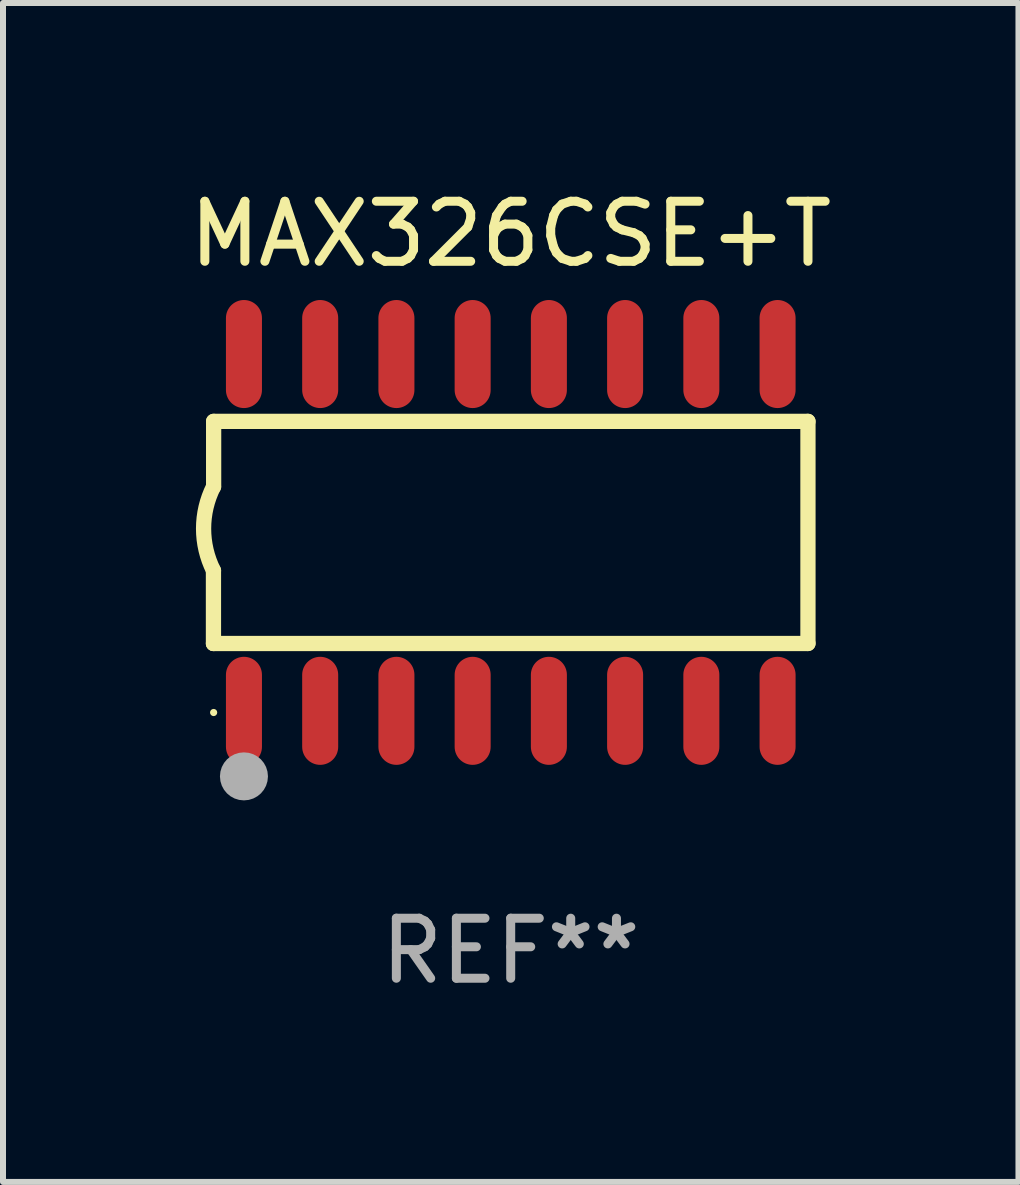
<source format=kicad_pcb>
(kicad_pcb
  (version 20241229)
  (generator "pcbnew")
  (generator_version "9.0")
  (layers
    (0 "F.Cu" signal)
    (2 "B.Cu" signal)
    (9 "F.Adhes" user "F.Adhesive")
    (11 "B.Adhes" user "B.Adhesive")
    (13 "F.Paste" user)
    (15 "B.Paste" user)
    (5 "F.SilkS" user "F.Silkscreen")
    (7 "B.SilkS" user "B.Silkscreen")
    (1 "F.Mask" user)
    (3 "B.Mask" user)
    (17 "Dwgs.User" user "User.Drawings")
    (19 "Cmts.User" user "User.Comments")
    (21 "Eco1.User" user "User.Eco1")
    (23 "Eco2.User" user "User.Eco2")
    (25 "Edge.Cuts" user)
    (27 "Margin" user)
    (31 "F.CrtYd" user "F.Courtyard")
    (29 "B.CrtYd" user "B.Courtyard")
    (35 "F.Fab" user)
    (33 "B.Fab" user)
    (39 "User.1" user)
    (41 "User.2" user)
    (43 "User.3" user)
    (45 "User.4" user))
  (footprint "MAX326CSE+T"
    (layer "F.Cu")
    (at 5.458 5.82)
    (property "Reference" "MAX326CSE+T" (at 0 -4.972 0) (layer "F.SilkS") (effects (font (size 1 1) (thickness 0.15))))
    (attr through_hole)
    (fp_line (start -4.952 0.635) (end -4.952 1.85) (stroke (width 0.254) (type solid)) (layer "F.SilkS"))
    (fp_line (start -4.952 1.85) (end -4.949 1.85) (stroke (width 0.254) (type solid)) (layer "F.SilkS"))
    (fp_line (start -4.949 -1.85) (end -4.949 -0.762) (stroke (width 0.254) (type solid)) (layer "F.SilkS"))
    (fp_line (start -4.949 1.85) (end 4.952 1.85) (stroke (width 0.254) (type solid)) (layer "F.SilkS"))
    (fp_line (start 4.952 -1.85) (end -4.949 -1.85) (stroke (width 0.254) (type solid)) (layer "F.SilkS"))
    (fp_line (start 4.952 1.85) (end 4.952 -1.85) (stroke (width 0.254) (type solid)) (layer "F.SilkS"))
    (fp_arc (start -4.951524 0.635001) (mid -5.116418 -0.0635) (end -4.951524 -0.762002) (stroke (width 0.254001) (type solid)) (layer "F.SilkS"))
    (fp_circle (center -4.949 3) (end -4.919 3) (stroke (width 0.06) (type solid)) (fill no) (layer "F.SilkS"))
    (fp_circle (center -4.444 4.064) (end -4.244 4.064) (stroke (width 0.4) (type solid)) (fill no) (layer "F.Fab"))
    (fp_text user "REF**" (at 0 6.972 0) (layer "F.Fab") (effects (font (size 1 1) (thickness 0.15))))
    (pad "1" smd oval (at -4.444 2.972 180) (size 0.6 1.8) (layers "F.Cu" "F.Mask" "F.Paste"))
    (pad "2" smd oval (at -3.174 2.972 180) (size 0.6 1.8) (layers "F.Cu" "F.Mask" "F.Paste"))
    (pad "3" smd oval (at -1.904 2.972 180) (size 0.6 1.8) (layers "F.Cu" "F.Mask" "F.Paste"))
    (pad "4" smd oval (at -0.634 2.972 180) (size 0.6 1.8) (layers "F.Cu" "F.Mask" "F.Paste"))
    (pad "5" smd oval (at 0.636 2.972 180) (size 0.6 1.8) (layers "F.Cu" "F.Mask" "F.Paste"))
    (pad "6" smd oval (at 1.906 2.972 180) (size 0.6 1.8) (layers "F.Cu" "F.Mask" "F.Paste"))
    (pad "7" smd oval (at 3.176 2.972 180) (size 0.6 1.8) (layers "F.Cu" "F.Mask" "F.Paste"))
    (pad "8" smd oval (at 4.446 2.972 180) (size 0.6 1.8) (layers "F.Cu" "F.Mask" "F.Paste"))
    (pad "9" smd oval (at 4.446 -2.972 180) (size 0.6 1.8) (layers "F.Cu" "F.Mask" "F.Paste"))
    (pad "10" smd oval (at 3.176 -2.972 180) (size 0.6 1.8) (layers "F.Cu" "F.Mask" "F.Paste"))
    (pad "11" smd oval (at 1.906 -2.972 180) (size 0.6 1.8) (layers "F.Cu" "F.Mask" "F.Paste"))
    (pad "12" smd oval (at 0.636 -2.972 180) (size 0.6 1.8) (layers "F.Cu" "F.Mask" "F.Paste"))
    (pad "13" smd oval (at -0.634 -2.972 180) (size 0.6 1.8) (layers "F.Cu" "F.Mask" "F.Paste"))
    (pad "14" smd oval (at -1.904 -2.972 180) (size 0.6 1.8) (layers "F.Cu" "F.Mask" "F.Paste"))
    (pad "15" smd oval (at -3.174 -2.972 180) (size 0.6 1.8) (layers "F.Cu" "F.Mask" "F.Paste"))
    (pad "16" smd oval (at -4.444 -2.972 180) (size 0.6 1.8) (layers "F.Cu" "F.Mask" "F.Paste")))
  (gr_rect
    (start -3 -3)
    (end 13.917 16.64)
    (stroke (width 0.1) (type default))
    (fill no)
    (layer "Edge.Cuts")))
</source>
